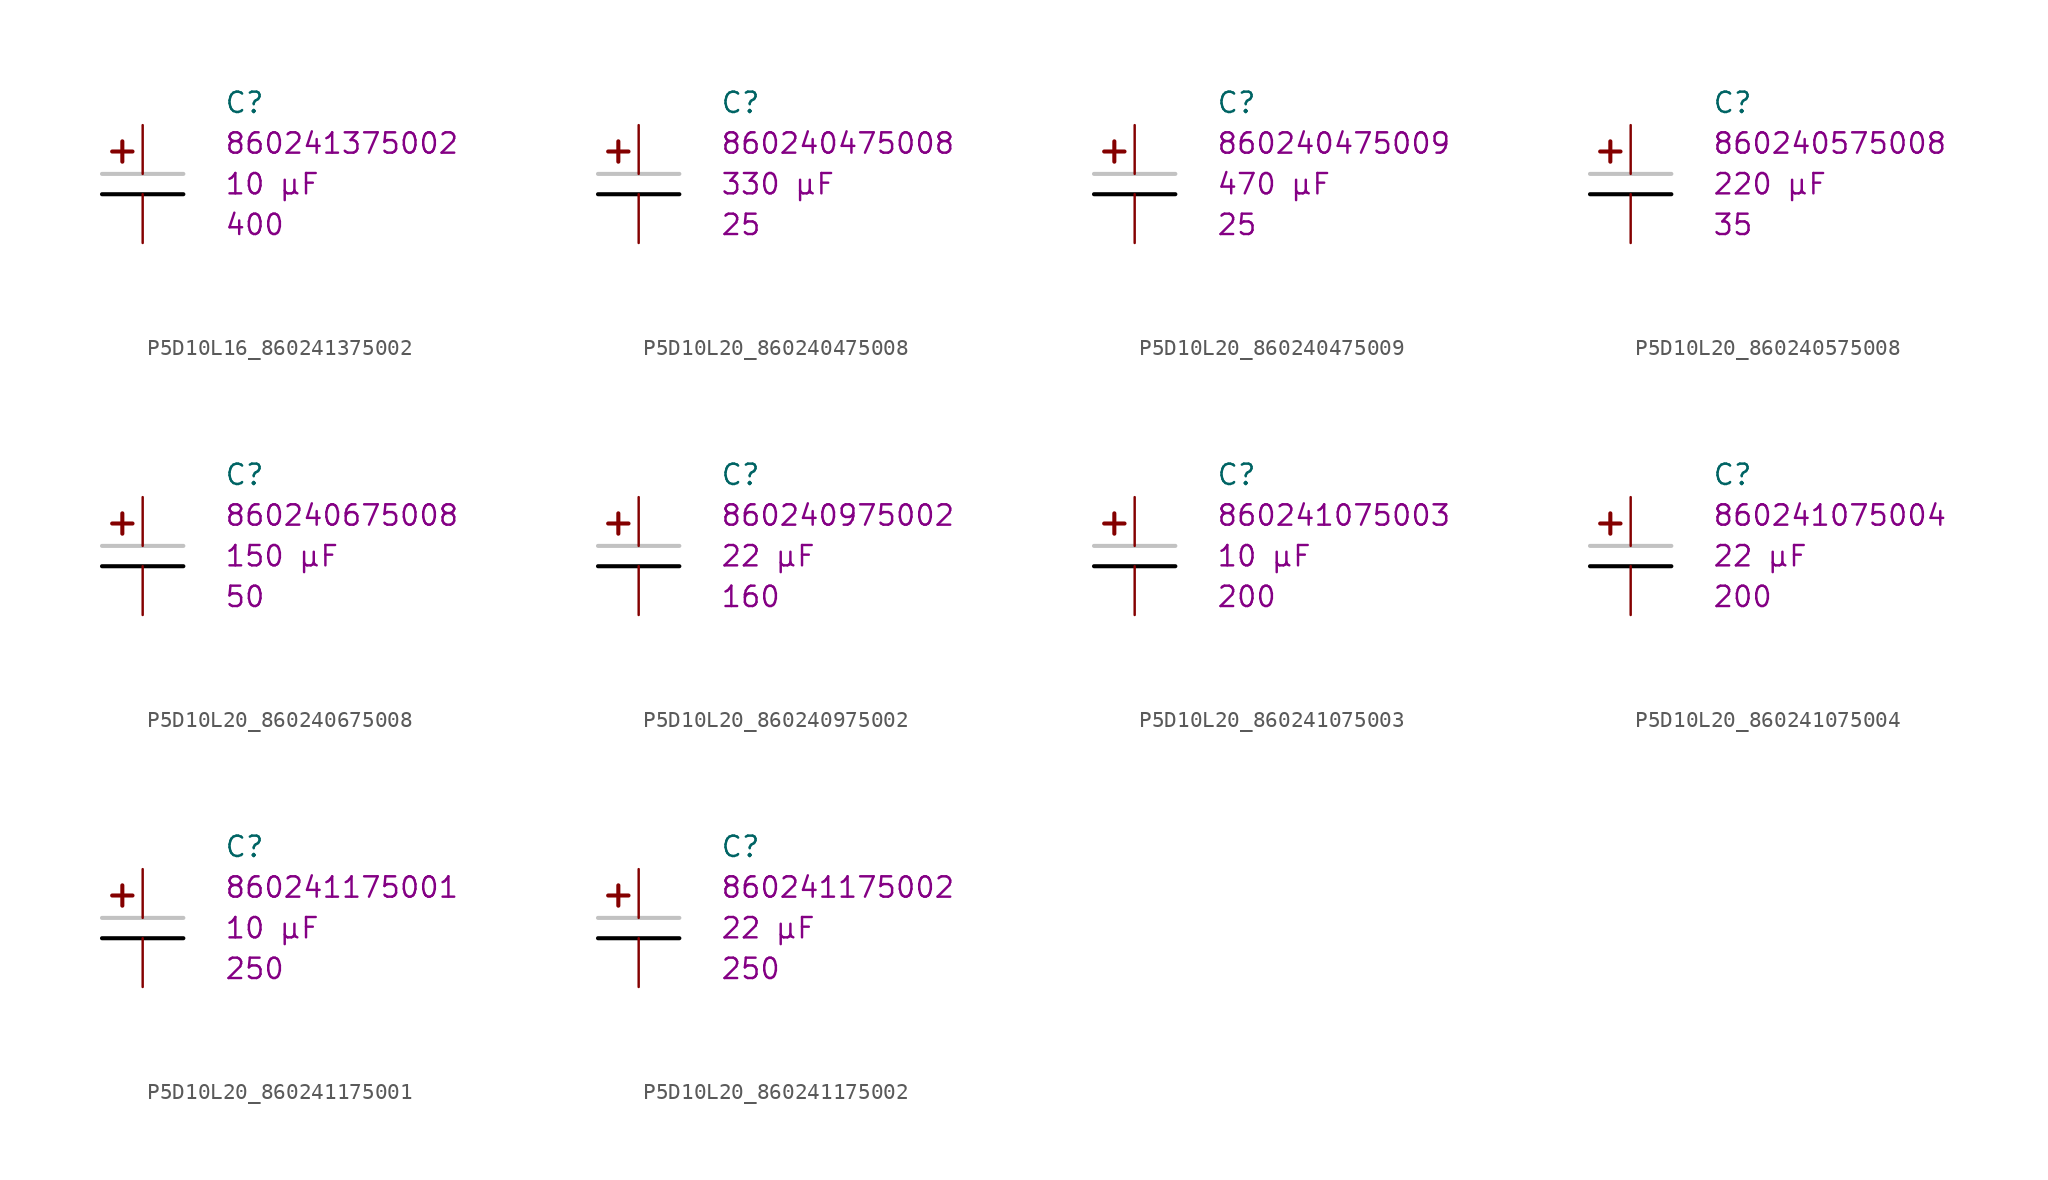
<source format=kicad_sym>
(kicad_symbol_lib
  (version 20220914)
  (generator kicad_symbol_editor)
  (symbol "P5D10L16_860241375002"
    (pin_numbers hide)
    (pin_names hide)
    (property "Reference" "C"
      (at 5.08 5.08 0)
      (effects (font (size 1.27 1.27)) (justify left)))
    (property "Part Number" "860241375002"
      (at 5.08 2.54 0)
      (effects (font (size 1.27 1.27)) (justify left)))
    (property "Capacitance" "10 µF"
      (at 5.08 0 0)
      (effects (font (size 1.27 1.27)) (justify left)))
    (property "Voltage" "400"
      (at 5.08 -2.54 0)
      (effects (font (size 1.27 1.27)) (justify left)))
    (property "Critical Parameter" ""
      (at 0 -7.62 0)
      (effects (font (size 1.27 1.27))))
    (symbol "P5D10L16_860241375002_1_1"
      (polyline (pts (xy -1.27 2.667) (xy -1.27 1.397)) (stroke (width 0.254) (type default)) (fill (type none)))
      (polyline (pts (xy -0.635 2.032) (xy -1.905 2.032)) (stroke (width 0.254) (type default)) (fill (type none)))
      (polyline (pts (xy 2.54 -0.635) (xy -2.54 -0.635)) (stroke (width 0.254) (type default) (color 0 0 0 1)) (fill (type none)))
      (polyline (pts (xy 2.54 0.635) (xy -2.54 0.635)) (stroke (width 0.254) (type default) (color 194 194 194 1)) (fill (type none)))
      (pin passive line (at 0 3.679 270) (length 3.044) (name "1" (effects (font (size 1.27 1.27)))) (number "1" (effects (font (size 1.27 1.27)))))
      (pin passive line (at 0 -3.679 90) (length 3.044) (name "2" (effects (font (size 1.27 1.27)))) (number "2" (effects (font (size 1.27 1.27)))))))
  (symbol "P5D10L20_860240475008"
    (pin_numbers hide)
    (pin_names hide)
    (property "Reference" "C"
      (at 5.08 5.08 0)
      (effects (font (size 1.27 1.27)) (justify left)))
    (property "Part Number" "860240475008"
      (at 5.08 2.54 0)
      (effects (font (size 1.27 1.27)) (justify left)))
    (property "Capacitance" "330 µF"
      (at 5.08 0 0)
      (effects (font (size 1.27 1.27)) (justify left)))
    (property "Voltage" "25"
      (at 5.08 -2.54 0)
      (effects (font (size 1.27 1.27)) (justify left)))
    (property "Critical Parameter" ""
      (at 0 -7.62 0)
      (effects (font (size 1.27 1.27))))
    (symbol "P5D10L20_860240475008_1_1"
      (polyline (pts (xy -1.27 2.667) (xy -1.27 1.397)) (stroke (width 0.254) (type default)) (fill (type none)))
      (polyline (pts (xy -0.635 2.032) (xy -1.905 2.032)) (stroke (width 0.254) (type default)) (fill (type none)))
      (polyline (pts (xy 2.54 -0.635) (xy -2.54 -0.635)) (stroke (width 0.254) (type default) (color 0 0 0 1)) (fill (type none)))
      (polyline (pts (xy 2.54 0.635) (xy -2.54 0.635)) (stroke (width 0.254) (type default) (color 194 194 194 1)) (fill (type none)))
      (pin passive line (at 0 3.679 270) (length 3.044) (name "1" (effects (font (size 1.27 1.27)))) (number "1" (effects (font (size 1.27 1.27)))))
      (pin passive line (at 0 -3.679 90) (length 3.044) (name "2" (effects (font (size 1.27 1.27)))) (number "2" (effects (font (size 1.27 1.27)))))))
  (symbol "P5D10L20_860240475009"
    (pin_numbers hide)
    (pin_names hide)
    (property "Reference" "C"
      (at 5.08 5.08 0)
      (effects (font (size 1.27 1.27)) (justify left)))
    (property "Part Number" "860240475009"
      (at 5.08 2.54 0)
      (effects (font (size 1.27 1.27)) (justify left)))
    (property "Capacitance" "470 µF"
      (at 5.08 0 0)
      (effects (font (size 1.27 1.27)) (justify left)))
    (property "Voltage" "25"
      (at 5.08 -2.54 0)
      (effects (font (size 1.27 1.27)) (justify left)))
    (property "Critical Parameter" ""
      (at 0 -7.62 0)
      (effects (font (size 1.27 1.27))))
    (symbol "P5D10L20_860240475009_1_1"
      (polyline (pts (xy -1.27 2.667) (xy -1.27 1.397)) (stroke (width 0.254) (type default)) (fill (type none)))
      (polyline (pts (xy -0.635 2.032) (xy -1.905 2.032)) (stroke (width 0.254) (type default)) (fill (type none)))
      (polyline (pts (xy 2.54 -0.635) (xy -2.54 -0.635)) (stroke (width 0.254) (type default) (color 0 0 0 1)) (fill (type none)))
      (polyline (pts (xy 2.54 0.635) (xy -2.54 0.635)) (stroke (width 0.254) (type default) (color 194 194 194 1)) (fill (type none)))
      (pin passive line (at 0 3.679 270) (length 3.044) (name "1" (effects (font (size 1.27 1.27)))) (number "1" (effects (font (size 1.27 1.27)))))
      (pin passive line (at 0 -3.679 90) (length 3.044) (name "2" (effects (font (size 1.27 1.27)))) (number "2" (effects (font (size 1.27 1.27)))))))
  (symbol "P5D10L20_860240575008"
    (pin_numbers hide)
    (pin_names hide)
    (property "Reference" "C"
      (at 5.08 5.08 0)
      (effects (font (size 1.27 1.27)) (justify left)))
    (property "Part Number" "860240575008"
      (at 5.08 2.54 0)
      (effects (font (size 1.27 1.27)) (justify left)))
    (property "Capacitance" "220 µF"
      (at 5.08 0 0)
      (effects (font (size 1.27 1.27)) (justify left)))
    (property "Voltage" "35"
      (at 5.08 -2.54 0)
      (effects (font (size 1.27 1.27)) (justify left)))
    (property "Critical Parameter" ""
      (at 0 -7.62 0)
      (effects (font (size 1.27 1.27))))
    (symbol "P5D10L20_860240575008_1_1"
      (polyline (pts (xy -1.27 2.667) (xy -1.27 1.397)) (stroke (width 0.254) (type default)) (fill (type none)))
      (polyline (pts (xy -0.635 2.032) (xy -1.905 2.032)) (stroke (width 0.254) (type default)) (fill (type none)))
      (polyline (pts (xy 2.54 -0.635) (xy -2.54 -0.635)) (stroke (width 0.254) (type default) (color 0 0 0 1)) (fill (type none)))
      (polyline (pts (xy 2.54 0.635) (xy -2.54 0.635)) (stroke (width 0.254) (type default) (color 194 194 194 1)) (fill (type none)))
      (pin passive line (at 0 3.679 270) (length 3.044) (name "1" (effects (font (size 1.27 1.27)))) (number "1" (effects (font (size 1.27 1.27)))))
      (pin passive line (at 0 -3.679 90) (length 3.044) (name "2" (effects (font (size 1.27 1.27)))) (number "2" (effects (font (size 1.27 1.27)))))))
  (symbol "P5D10L20_860240675008"
    (pin_numbers hide)
    (pin_names hide)
    (property "Reference" "C"
      (at 5.08 5.08 0)
      (effects (font (size 1.27 1.27)) (justify left)))
    (property "Part Number" "860240675008"
      (at 5.08 2.54 0)
      (effects (font (size 1.27 1.27)) (justify left)))
    (property "Capacitance" "150 µF"
      (at 5.08 0 0)
      (effects (font (size 1.27 1.27)) (justify left)))
    (property "Voltage" "50"
      (at 5.08 -2.54 0)
      (effects (font (size 1.27 1.27)) (justify left)))
    (property "Critical Parameter" ""
      (at 0 -7.62 0)
      (effects (font (size 1.27 1.27))))
    (symbol "P5D10L20_860240675008_1_1"
      (polyline (pts (xy -1.27 2.667) (xy -1.27 1.397)) (stroke (width 0.254) (type default)) (fill (type none)))
      (polyline (pts (xy -0.635 2.032) (xy -1.905 2.032)) (stroke (width 0.254) (type default)) (fill (type none)))
      (polyline (pts (xy 2.54 -0.635) (xy -2.54 -0.635)) (stroke (width 0.254) (type default) (color 0 0 0 1)) (fill (type none)))
      (polyline (pts (xy 2.54 0.635) (xy -2.54 0.635)) (stroke (width 0.254) (type default) (color 194 194 194 1)) (fill (type none)))
      (pin passive line (at 0 3.679 270) (length 3.044) (name "1" (effects (font (size 1.27 1.27)))) (number "1" (effects (font (size 1.27 1.27)))))
      (pin passive line (at 0 -3.679 90) (length 3.044) (name "2" (effects (font (size 1.27 1.27)))) (number "2" (effects (font (size 1.27 1.27)))))))
  (symbol "P5D10L20_860240975002"
    (pin_numbers hide)
    (pin_names hide)
    (property "Reference" "C"
      (at 5.08 5.08 0)
      (effects (font (size 1.27 1.27)) (justify left)))
    (property "Part Number" "860240975002"
      (at 5.08 2.54 0)
      (effects (font (size 1.27 1.27)) (justify left)))
    (property "Capacitance" "22 µF"
      (at 5.08 0 0)
      (effects (font (size 1.27 1.27)) (justify left)))
    (property "Voltage" "160"
      (at 5.08 -2.54 0)
      (effects (font (size 1.27 1.27)) (justify left)))
    (property "Critical Parameter" ""
      (at 0 -7.62 0)
      (effects (font (size 1.27 1.27))))
    (symbol "P5D10L20_860240975002_1_1"
      (polyline (pts (xy -1.27 2.667) (xy -1.27 1.397)) (stroke (width 0.254) (type default)) (fill (type none)))
      (polyline (pts (xy -0.635 2.032) (xy -1.905 2.032)) (stroke (width 0.254) (type default)) (fill (type none)))
      (polyline (pts (xy 2.54 -0.635) (xy -2.54 -0.635)) (stroke (width 0.254) (type default) (color 0 0 0 1)) (fill (type none)))
      (polyline (pts (xy 2.54 0.635) (xy -2.54 0.635)) (stroke (width 0.254) (type default) (color 194 194 194 1)) (fill (type none)))
      (pin passive line (at 0 3.679 270) (length 3.044) (name "1" (effects (font (size 1.27 1.27)))) (number "1" (effects (font (size 1.27 1.27)))))
      (pin passive line (at 0 -3.679 90) (length 3.044) (name "2" (effects (font (size 1.27 1.27)))) (number "2" (effects (font (size 1.27 1.27)))))))
  (symbol "P5D10L20_860241075003"
    (pin_numbers hide)
    (pin_names hide)
    (property "Reference" "C"
      (at 5.08 5.08 0)
      (effects (font (size 1.27 1.27)) (justify left)))
    (property "Part Number" "860241075003"
      (at 5.08 2.54 0)
      (effects (font (size 1.27 1.27)) (justify left)))
    (property "Capacitance" "10 µF"
      (at 5.08 0 0)
      (effects (font (size 1.27 1.27)) (justify left)))
    (property "Voltage" "200"
      (at 5.08 -2.54 0)
      (effects (font (size 1.27 1.27)) (justify left)))
    (property "Critical Parameter" ""
      (at 0 -7.62 0)
      (effects (font (size 1.27 1.27))))
    (symbol "P5D10L20_860241075003_1_1"
      (polyline (pts (xy -1.27 2.667) (xy -1.27 1.397)) (stroke (width 0.254) (type default)) (fill (type none)))
      (polyline (pts (xy -0.635 2.032) (xy -1.905 2.032)) (stroke (width 0.254) (type default)) (fill (type none)))
      (polyline (pts (xy 2.54 -0.635) (xy -2.54 -0.635)) (stroke (width 0.254) (type default) (color 0 0 0 1)) (fill (type none)))
      (polyline (pts (xy 2.54 0.635) (xy -2.54 0.635)) (stroke (width 0.254) (type default) (color 194 194 194 1)) (fill (type none)))
      (pin passive line (at 0 3.679 270) (length 3.044) (name "1" (effects (font (size 1.27 1.27)))) (number "1" (effects (font (size 1.27 1.27)))))
      (pin passive line (at 0 -3.679 90) (length 3.044) (name "2" (effects (font (size 1.27 1.27)))) (number "2" (effects (font (size 1.27 1.27)))))))
  (symbol "P5D10L20_860241075004"
    (pin_numbers hide)
    (pin_names hide)
    (property "Reference" "C"
      (at 5.08 5.08 0)
      (effects (font (size 1.27 1.27)) (justify left)))
    (property "Part Number" "860241075004"
      (at 5.08 2.54 0)
      (effects (font (size 1.27 1.27)) (justify left)))
    (property "Capacitance" "22 µF"
      (at 5.08 0 0)
      (effects (font (size 1.27 1.27)) (justify left)))
    (property "Voltage" "200"
      (at 5.08 -2.54 0)
      (effects (font (size 1.27 1.27)) (justify left)))
    (property "Critical Parameter" ""
      (at 0 -7.62 0)
      (effects (font (size 1.27 1.27))))
    (symbol "P5D10L20_860241075004_1_1"
      (polyline (pts (xy -1.27 2.667) (xy -1.27 1.397)) (stroke (width 0.254) (type default)) (fill (type none)))
      (polyline (pts (xy -0.635 2.032) (xy -1.905 2.032)) (stroke (width 0.254) (type default)) (fill (type none)))
      (polyline (pts (xy 2.54 -0.635) (xy -2.54 -0.635)) (stroke (width 0.254) (type default) (color 0 0 0 1)) (fill (type none)))
      (polyline (pts (xy 2.54 0.635) (xy -2.54 0.635)) (stroke (width 0.254) (type default) (color 194 194 194 1)) (fill (type none)))
      (pin passive line (at 0 3.679 270) (length 3.044) (name "1" (effects (font (size 1.27 1.27)))) (number "1" (effects (font (size 1.27 1.27)))))
      (pin passive line (at 0 -3.679 90) (length 3.044) (name "2" (effects (font (size 1.27 1.27)))) (number "2" (effects (font (size 1.27 1.27)))))))
  (symbol "P5D10L20_860241175001"
    (pin_numbers hide)
    (pin_names hide)
    (property "Reference" "C"
      (at 5.08 5.08 0)
      (effects (font (size 1.27 1.27)) (justify left)))
    (property "Part Number" "860241175001"
      (at 5.08 2.54 0)
      (effects (font (size 1.27 1.27)) (justify left)))
    (property "Capacitance" "10 µF"
      (at 5.08 0 0)
      (effects (font (size 1.27 1.27)) (justify left)))
    (property "Voltage" "250"
      (at 5.08 -2.54 0)
      (effects (font (size 1.27 1.27)) (justify left)))
    (property "Critical Parameter" ""
      (at 0 -7.62 0)
      (effects (font (size 1.27 1.27))))
    (symbol "P5D10L20_860241175001_1_1"
      (polyline (pts (xy -1.27 2.667) (xy -1.27 1.397)) (stroke (width 0.254) (type default)) (fill (type none)))
      (polyline (pts (xy -0.635 2.032) (xy -1.905 2.032)) (stroke (width 0.254) (type default)) (fill (type none)))
      (polyline (pts (xy 2.54 -0.635) (xy -2.54 -0.635)) (stroke (width 0.254) (type default) (color 0 0 0 1)) (fill (type none)))
      (polyline (pts (xy 2.54 0.635) (xy -2.54 0.635)) (stroke (width 0.254) (type default) (color 194 194 194 1)) (fill (type none)))
      (pin passive line (at 0 3.679 270) (length 3.044) (name "1" (effects (font (size 1.27 1.27)))) (number "1" (effects (font (size 1.27 1.27)))))
      (pin passive line (at 0 -3.679 90) (length 3.044) (name "2" (effects (font (size 1.27 1.27)))) (number "2" (effects (font (size 1.27 1.27)))))))
  (symbol "P5D10L20_860241175002"
    (pin_numbers hide)
    (pin_names hide)
    (property "Reference" "C"
      (at 5.08 5.08 0)
      (effects (font (size 1.27 1.27)) (justify left)))
    (property "Part Number" "860241175002"
      (at 5.08 2.54 0)
      (effects (font (size 1.27 1.27)) (justify left)))
    (property "Capacitance" "22 µF"
      (at 5.08 0 0)
      (effects (font (size 1.27 1.27)) (justify left)))
    (property "Voltage" "250"
      (at 5.08 -2.54 0)
      (effects (font (size 1.27 1.27)) (justify left)))
    (property "Critical Parameter" ""
      (at 0 -7.62 0)
      (effects (font (size 1.27 1.27))))
    (symbol "P5D10L20_860241175002_1_1"
      (polyline (pts (xy -1.27 2.667) (xy -1.27 1.397)) (stroke (width 0.254) (type default)) (fill (type none)))
      (polyline (pts (xy -0.635 2.032) (xy -1.905 2.032)) (stroke (width 0.254) (type default)) (fill (type none)))
      (polyline (pts (xy 2.54 -0.635) (xy -2.54 -0.635)) (stroke (width 0.254) (type default) (color 0 0 0 1)) (fill (type none)))
      (polyline (pts (xy 2.54 0.635) (xy -2.54 0.635)) (stroke (width 0.254) (type default) (color 194 194 194 1)) (fill (type none)))
      (pin passive line (at 0 3.679 270) (length 3.044) (name "1" (effects (font (size 1.27 1.27)))) (number "1" (effects (font (size 1.27 1.27)))))
      (pin passive line (at 0 -3.679 90) (length 3.044) (name "2" (effects (font (size 1.27 1.27)))) (number "2" (effects (font (size 1.27 1.27))))))))
</source>
